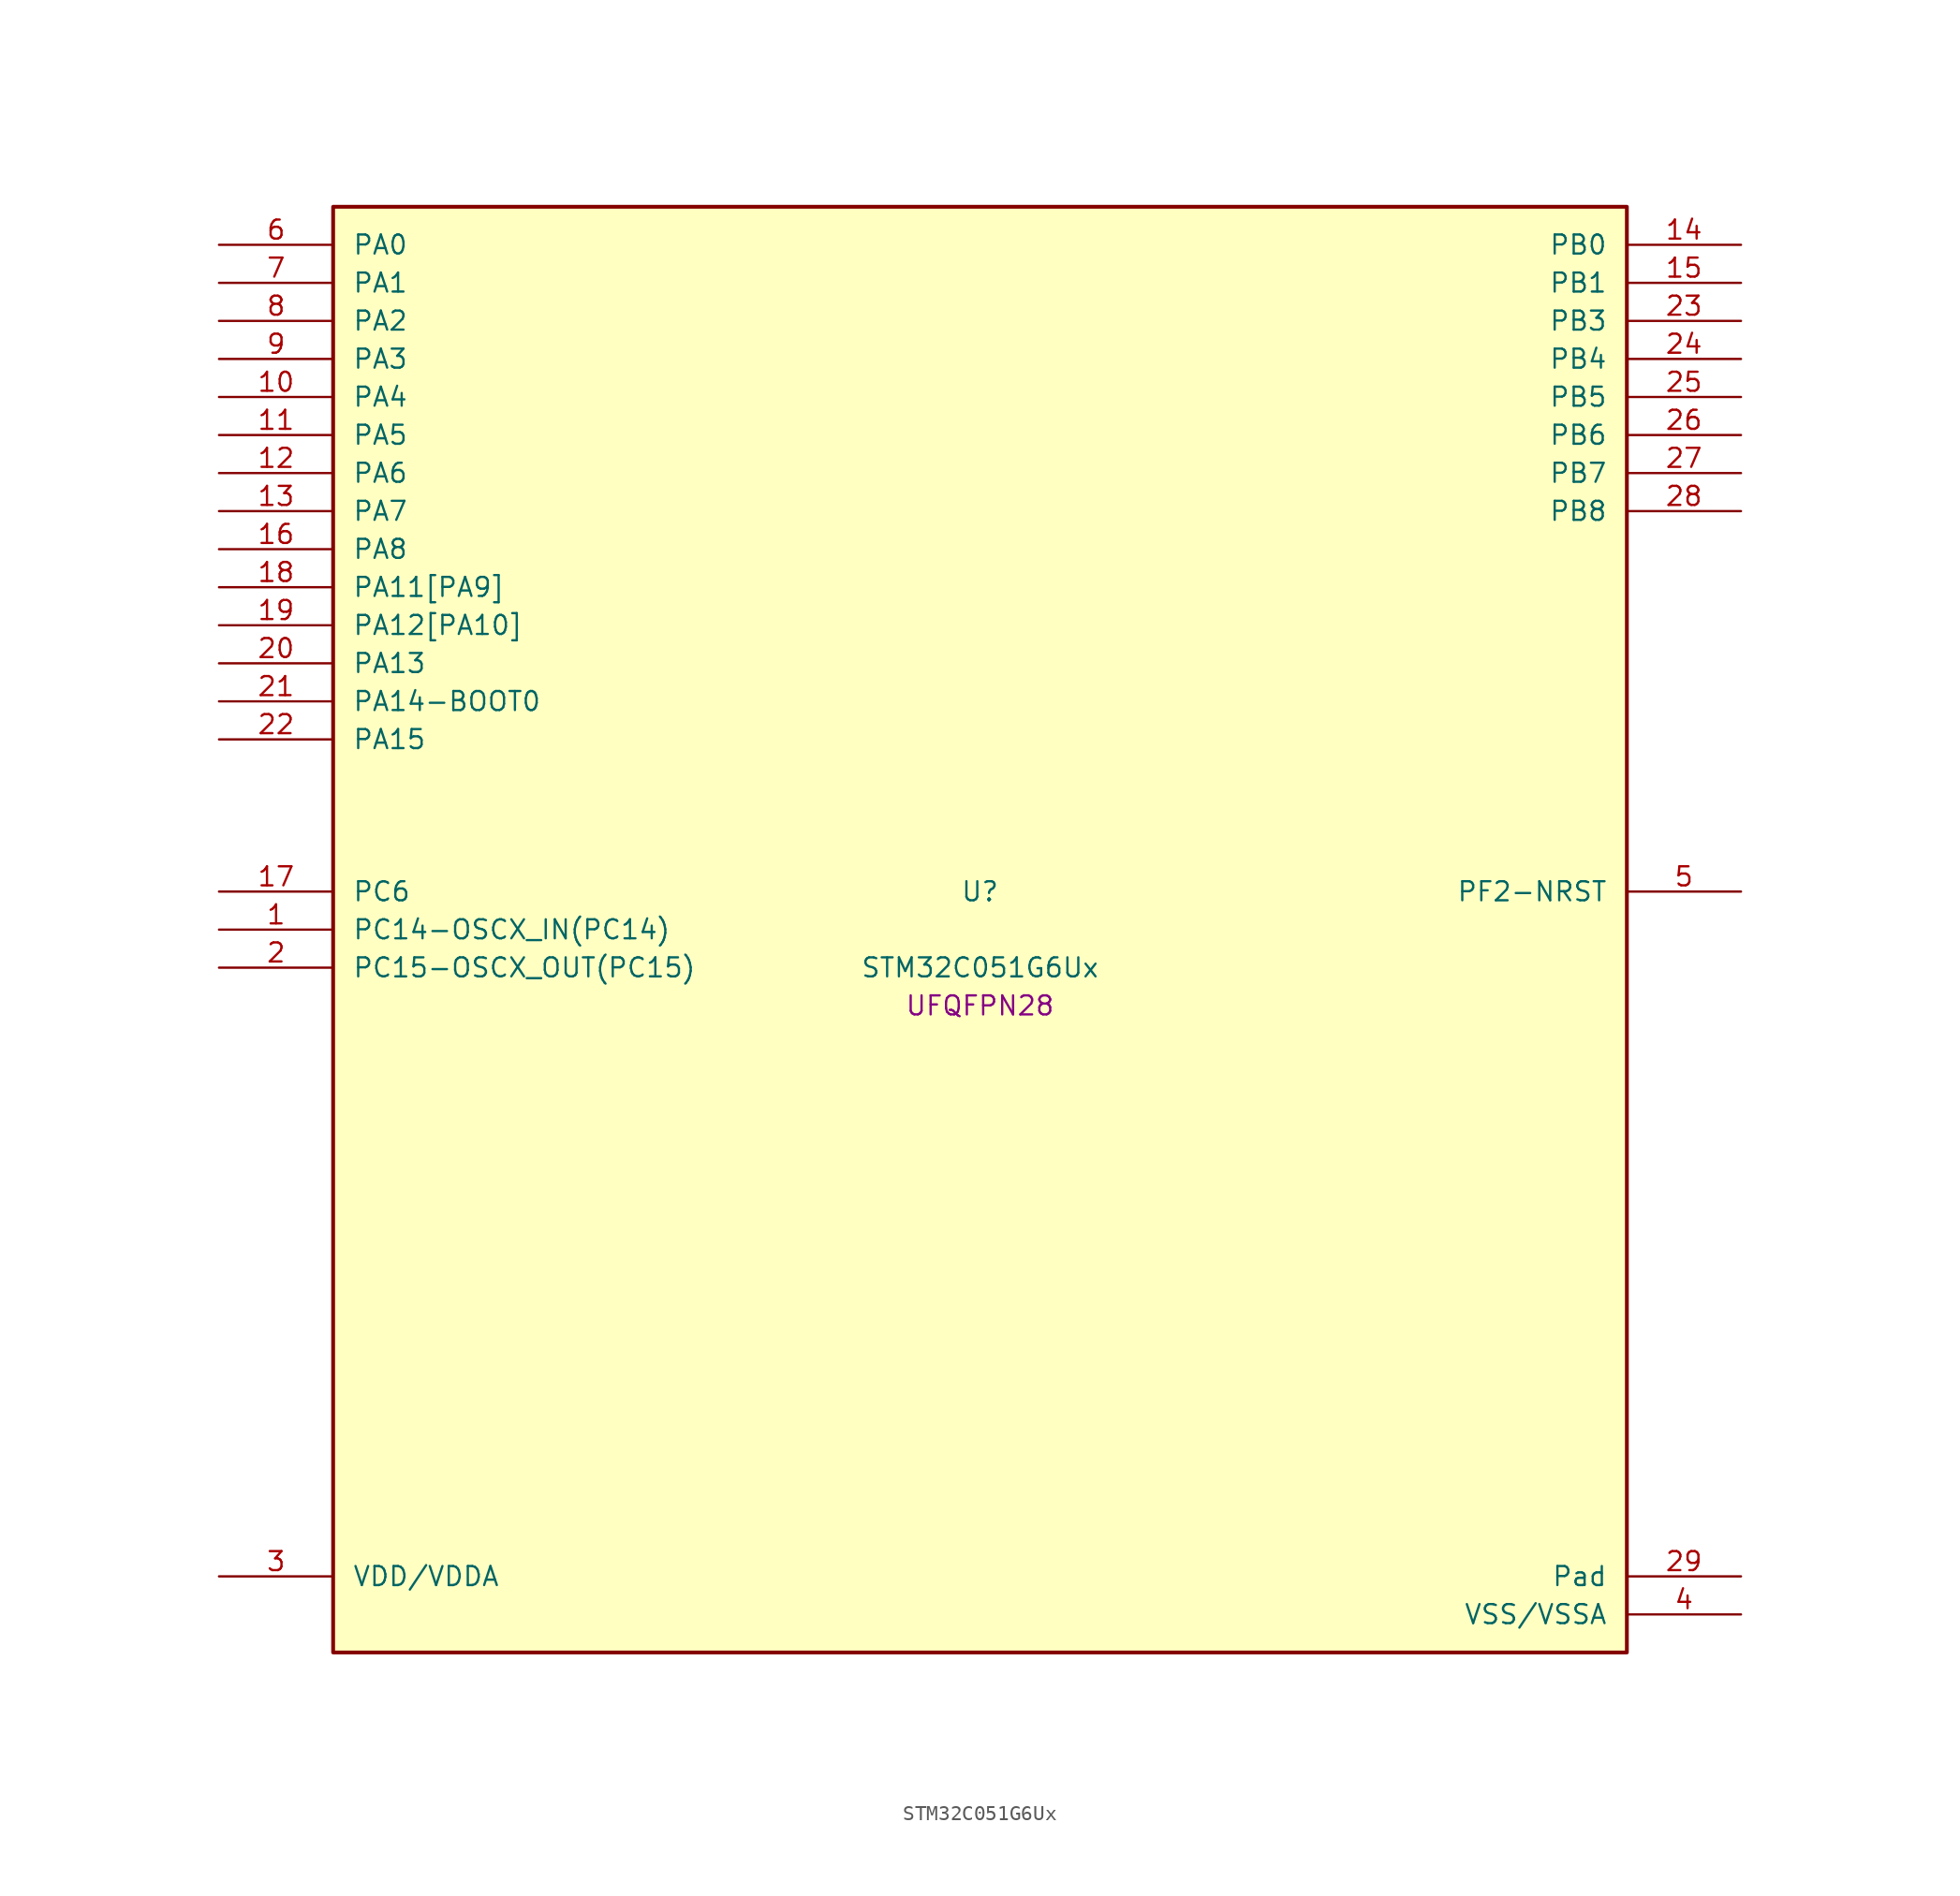
<source format=kicad_sym>
(kicad_symbol_lib
  (version 20241209)
  (generator "stm32_pkl_generator")
  (generator_version "1.0")
  (symbol "STM32C051G6Ux"
    (pin_names
      (offset 1.27))
    (property "Reference" "U"
      (at 0 2.54 0))
    (property "Value" "STM32C051G6Ux"
      (at 0 -2.54 0))
    (property "Footprint" "UFQFPN28"
      (at 0 -5.08 0))
    (symbol "STM32C051G6Ux_1_1"
      (rectangle (start -43.18 48.26) (end 43.18 -48.26) (stroke (width 0.254) (type solid)) (fill (type background)))
      (pin bidirectional line (at -50.8 45.72 0) (length 7.62) (name "PA0") (number "6") (alternate "PA0/ADC1_IN0" bidirectional line) (alternate "PA0/PWR_WKUP1" bidirectional line) (alternate "PA0/SPI2_SCK" bidirectional line) (alternate "PA0/TIM16_CH1" bidirectional line) (alternate "PA0/TIM1_CH1" bidirectional line) (alternate "PA0/TIM2_CH1" bidirectional line) (alternate "PA0/TIM2_ETR" bidirectional line) (alternate "PA0/USART1_TX" bidirectional line) (alternate "PA0/USART2_CTS" bidirectional line) (alternate "PA0/USART2_NSS" bidirectional line))
      (pin bidirectional line (at -50.8 43.18 0) (length 7.62) (name "PA1") (number "7") (alternate "PA1/ADC1_IN1" bidirectional line) (alternate "PA1/I2C1_SMBA" bidirectional line) (alternate "PA1/I2S1_CK" bidirectional line) (alternate "PA1/SPI1_SCK" bidirectional line) (alternate "PA1/TIM17_CH1" bidirectional line) (alternate "PA1/TIM1_CH2" bidirectional line) (alternate "PA1/TIM2_CH2" bidirectional line) (alternate "PA1/USART1_RX" bidirectional line) (alternate "PA1/USART2_CK" bidirectional line) (alternate "PA1/USART2_DE" bidirectional line) (alternate "PA1/USART2_RTS" bidirectional line))
      (pin bidirectional line (at -50.8 40.64 0) (length 7.62) (name "PA2") (number "8") (alternate "PA2/ADC1_IN2" bidirectional line) (alternate "PA2/I2S1_SD" bidirectional line) (alternate "PA2/PWR_WKUP4" bidirectional line) (alternate "PA2/RCC_LSCO" bidirectional line) (alternate "PA2/SPI1_MOSI" bidirectional line) (alternate "PA2/TIM16_CH1N" bidirectional line) (alternate "PA2/TIM1_CH3" bidirectional line) (alternate "PA2/TIM2_CH3" bidirectional line) (alternate "PA2/TIM3_ETR" bidirectional line) (alternate "PA2/USART2_TX" bidirectional line))
      (pin bidirectional line (at -50.8 38.1 0) (length 7.62) (name "PA3") (number "9") (alternate "PA3/ADC1_IN3" bidirectional line) (alternate "PA3/SPI2_MISO" bidirectional line) (alternate "PA3/TIM1_CH1N" bidirectional line) (alternate "PA3/TIM1_CH4" bidirectional line) (alternate "PA3/TIM2_CH4" bidirectional line) (alternate "PA3/USART2_RX" bidirectional line))
      (pin bidirectional line (at -50.8 35.56 0) (length 7.62) (name "PA4") (number "10") (alternate "PA4/ADC1_IN4" bidirectional line) (alternate "PA4/I2S1_WS" bidirectional line) (alternate "PA4/PWR_WKUP2" bidirectional line) (alternate "PA4/RTC_OUT1" bidirectional line) (alternate "PA4/RTC_TS" bidirectional line) (alternate "PA4/SPI1_NSS" bidirectional line) (alternate "PA4/SPI2_MOSI" bidirectional line) (alternate "PA4/TIM14_CH1" bidirectional line) (alternate "PA4/TIM17_CH1N" bidirectional line) (alternate "PA4/TIM1_CH2N" bidirectional line) (alternate "PA4/USART2_TX" bidirectional line))
      (pin bidirectional line (at -50.8 33.02 0) (length 7.62) (name "PA5") (number "11") (alternate "PA5/ADC1_IN5" bidirectional line) (alternate "PA5/I2S1_CK" bidirectional line) (alternate "PA5/SPI1_SCK" bidirectional line) (alternate "PA5/TIM1_CH1" bidirectional line) (alternate "PA5/TIM1_CH3N" bidirectional line) (alternate "PA5/TIM2_CH1" bidirectional line) (alternate "PA5/TIM2_ETR" bidirectional line) (alternate "PA5/USART2_RX" bidirectional line))
      (pin bidirectional line (at -50.8 30.48 0) (length 7.62) (name "PA6") (number "12") (alternate "PA6/ADC1_IN6" bidirectional line) (alternate "PA6/I2C2_SDA" bidirectional line) (alternate "PA6/I2S1_MCK" bidirectional line) (alternate "PA6/SPI1_MISO" bidirectional line) (alternate "PA6/TIM16_CH1" bidirectional line) (alternate "PA6/TIM1_BKIN" bidirectional line) (alternate "PA6/TIM3_CH1" bidirectional line) (alternate "PA6/USART1_TX" bidirectional line))
      (pin bidirectional line (at -50.8 27.94 0) (length 7.62) (name "PA7") (number "13") (alternate "PA7/ADC1_IN7" bidirectional line) (alternate "PA7/I2C2_SCL" bidirectional line) (alternate "PA7/I2S1_SD" bidirectional line) (alternate "PA7/SPI1_MOSI" bidirectional line) (alternate "PA7/TIM14_CH1" bidirectional line) (alternate "PA7/TIM17_CH1" bidirectional line) (alternate "PA7/TIM1_CH1N" bidirectional line) (alternate "PA7/TIM3_CH2" bidirectional line) (alternate "PA7/USART1_RX" bidirectional line))
      (pin bidirectional line (at -50.8 25.4 0) (length 7.62) (name "PA8") (number "16") (alternate "PA8/ADC1_IN8" bidirectional line) (alternate "PA8/I2S1_WS" bidirectional line) (alternate "PA8/RCC_MCO" bidirectional line) (alternate "PA8/RCC_MCO_2" bidirectional line) (alternate "PA8/SPI1_NSS" bidirectional line) (alternate "PA8/SPI2_MISO" bidirectional line) (alternate "PA8/SPI2_NSS" bidirectional line) (alternate "PA8/TIM14_CH1" bidirectional line) (alternate "PA8/TIM1_CH1" bidirectional line) (alternate "PA8/TIM1_CH2N" bidirectional line) (alternate "PA8/TIM1_CH3N" bidirectional line) (alternate "PA8/TIM3_CH3" bidirectional line) (alternate "PA8/TIM3_CH4" bidirectional line) (alternate "PA8/USART1_RX" bidirectional line) (alternate "PA8/USART2_TX" bidirectional line))
      (pin bidirectional line (at -50.8 22.86 0) (length 7.62) (name "PA11[PA9]") (number "18") (alternate "PA11[PA9]/ADC1_EXTI11" bidirectional line) (alternate "PA11[PA9]/ADC1_IN11" bidirectional line) (alternate "PA11[PA9]/I2C2_SCL" bidirectional line) (alternate "PA11[PA9]/I2S1_MCK" bidirectional line) (alternate "PA11[PA9]/SPI1_MISO" bidirectional line) (alternate "PA11[PA9]/TIM1_BKIN2" bidirectional line) (alternate "PA11[PA9]/TIM1_CH4" bidirectional line) (alternate "PA11[PA9]/USART1_CTS" bidirectional line) (alternate "PA11[PA9]/USART1_NSS" bidirectional line) (alternate "PA11[PA9]/PA9[PA11]" bidirectional line) (alternate "PA11[PA9]/I2C1_SCL" bidirectional line) (alternate "PA11[PA9]/RCC_MCO" bidirectional line) (alternate "PA11[PA9]/SPI2_MISO" bidirectional line) (alternate "PA11[PA9]/TIM1_CH2" bidirectional line) (alternate "PA11[PA9]/TIM3_ETR" bidirectional line) (alternate "PA11[PA9]/USART1_TX" bidirectional line))
      (pin bidirectional line (at -50.8 20.32 0) (length 7.62) (name "PA12[PA10]") (number "19") (alternate "PA12[PA10]/ADC1_IN12" bidirectional line) (alternate "PA12[PA10]/I2C2_SDA" bidirectional line) (alternate "PA12[PA10]/I2S1_SD" bidirectional line) (alternate "PA12[PA10]/I2S_CKIN" bidirectional line) (alternate "PA12[PA10]/SPI1_MOSI" bidirectional line) (alternate "PA12[PA10]/TIM1_ETR" bidirectional line) (alternate "PA12[PA10]/USART1_CK" bidirectional line) (alternate "PA12[PA10]/USART1_DE" bidirectional line) (alternate "PA12[PA10]/USART1_RTS" bidirectional line) (alternate "PA12[PA10]/PA10[PA12]" bidirectional line) (alternate "PA12[PA10]/I2C1_SDA" bidirectional line) (alternate "PA12[PA10]/RCC_MCO_2" bidirectional line) (alternate "PA12[PA10]/SPI2_MOSI" bidirectional line) (alternate "PA12[PA10]/TIM17_BKIN" bidirectional line) (alternate "PA12[PA10]/TIM1_CH3" bidirectional line) (alternate "PA12[PA10]/USART1_RX" bidirectional line))
      (pin bidirectional line (at -50.8 17.78 0) (length 7.62) (name "PA13") (number "20") (alternate "PA13/ADC1_IN13" bidirectional line) (alternate "PA13/DEBUG_SWDIO" bidirectional line) (alternate "PA13/IR_OUT" bidirectional line) (alternate "PA13/TIM3_ETR" bidirectional line) (alternate "PA13/USART2_RX" bidirectional line))
      (pin bidirectional line (at -50.8 15.24 0) (length 7.62) (name "PA14-BOOT0") (number "21") (alternate "PA14-BOOT0/ADC1_IN14" bidirectional line) (alternate "PA14-BOOT0/BOOT0" bidirectional line) (alternate "PA14-BOOT0/DEBUG_SWCLK" bidirectional line) (alternate "PA14-BOOT0/I2S1_WS" bidirectional line) (alternate "PA14-BOOT0/RCC_MCO_2" bidirectional line) (alternate "PA14-BOOT0/SPI1_NSS" bidirectional line) (alternate "PA14-BOOT0/TIM1_CH1" bidirectional line) (alternate "PA14-BOOT0/USART1_CK" bidirectional line) (alternate "PA14-BOOT0/USART1_DE" bidirectional line) (alternate "PA14-BOOT0/USART1_RTS" bidirectional line) (alternate "PA14-BOOT0/USART2_RX" bidirectional line) (alternate "PA14-BOOT0/USART2_TX" bidirectional line))
      (pin bidirectional line (at -50.8 12.7 0) (length 7.62) (name "PA15") (number "22") (alternate "PA15/I2S1_WS" bidirectional line) (alternate "PA15/RCC_MCO_2" bidirectional line) (alternate "PA15/SPI1_NSS" bidirectional line) (alternate "PA15/TIM1_CH1" bidirectional line) (alternate "PA15/TIM2_CH1" bidirectional line) (alternate "PA15/TIM2_ETR" bidirectional line) (alternate "PA15/USART1_CK" bidirectional line) (alternate "PA15/USART1_DE" bidirectional line) (alternate "PA15/USART1_RTS" bidirectional line) (alternate "PA15/USART2_RX" bidirectional line))
      (pin bidirectional line (at 50.8 45.72 180) (length 7.62) (name "PB0") (number "14") (alternate "PB0/ADC1_IN17" bidirectional line) (alternate "PB0/I2S1_WS" bidirectional line) (alternate "PB0/SPI1_NSS" bidirectional line) (alternate "PB0/TIM1_CH2N" bidirectional line) (alternate "PB0/TIM3_CH3" bidirectional line))
      (pin bidirectional line (at 50.8 43.18 180) (length 7.62) (name "PB1") (number "15") (alternate "PB1/ADC1_IN18" bidirectional line) (alternate "PB1/TIM14_CH1" bidirectional line) (alternate "PB1/TIM1_CH2N" bidirectional line) (alternate "PB1/TIM1_CH3N" bidirectional line) (alternate "PB1/TIM3_CH4" bidirectional line))
      (pin bidirectional line (at 50.8 40.64 180) (length 7.62) (name "PB3") (number "23") (alternate "PB3/I2C2_SCL" bidirectional line) (alternate "PB3/I2S1_CK" bidirectional line) (alternate "PB3/SPI1_SCK" bidirectional line) (alternate "PB3/TIM1_CH2" bidirectional line) (alternate "PB3/TIM2_CH2" bidirectional line) (alternate "PB3/TIM3_CH2" bidirectional line) (alternate "PB3/USART1_CK" bidirectional line) (alternate "PB3/USART1_DE" bidirectional line) (alternate "PB3/USART1_RTS" bidirectional line))
      (pin bidirectional line (at 50.8 38.1 180) (length 7.62) (name "PB4") (number "24") (alternate "PB4/I2C2_SDA" bidirectional line) (alternate "PB4/I2S1_MCK" bidirectional line) (alternate "PB4/SPI1_MISO" bidirectional line) (alternate "PB4/TIM17_BKIN" bidirectional line) (alternate "PB4/TIM3_CH1" bidirectional line) (alternate "PB4/USART1_CTS" bidirectional line) (alternate "PB4/USART1_NSS" bidirectional line))
      (pin bidirectional line (at 50.8 35.56 180) (length 7.62) (name "PB5") (number "25") (alternate "PB5/I2C1_SMBA" bidirectional line) (alternate "PB5/I2S1_SD" bidirectional line) (alternate "PB5/PWR_WKUP6" bidirectional line) (alternate "PB5/SPI1_MOSI" bidirectional line) (alternate "PB5/TIM16_BKIN" bidirectional line) (alternate "PB5/TIM3_CH2" bidirectional line) (alternate "PB5/TIM3_CH3" bidirectional line))
      (pin bidirectional line (at 50.8 33.02 180) (length 7.62) (name "PB6") (number "26") (alternate "PB6/I2C1_SCL" bidirectional line) (alternate "PB6/I2C1_SMBA" bidirectional line) (alternate "PB6/I2S1_CK" bidirectional line) (alternate "PB6/I2S1_MCK" bidirectional line) (alternate "PB6/I2S1_SD" bidirectional line) (alternate "PB6/PWR_WKUP3" bidirectional line) (alternate "PB6/SPI1_MISO" bidirectional line) (alternate "PB6/SPI1_MOSI" bidirectional line) (alternate "PB6/SPI1_SCK" bidirectional line) (alternate "PB6/SPI2_MISO" bidirectional line) (alternate "PB6/TIM16_BKIN" bidirectional line) (alternate "PB6/TIM16_CH1N" bidirectional line) (alternate "PB6/TIM17_BKIN" bidirectional line) (alternate "PB6/TIM1_CH2" bidirectional line) (alternate "PB6/TIM1_CH3" bidirectional line) (alternate "PB6/TIM3_CH1" bidirectional line) (alternate "PB6/TIM3_CH2" bidirectional line) (alternate "PB6/TIM3_CH3" bidirectional line) (alternate "PB6/USART1_CTS" bidirectional line) (alternate "PB6/USART1_NSS" bidirectional line) (alternate "PB6/USART1_TX" bidirectional line))
      (pin bidirectional line (at 50.8 30.48 180) (length 7.62) (name "PB7") (number "27") (alternate "PB7/I2C1_SCL" bidirectional line) (alternate "PB7/I2C1_SDA" bidirectional line) (alternate "PB7/RTC_REFIN" bidirectional line) (alternate "PB7/SPI2_MOSI" bidirectional line) (alternate "PB7/TIM16_CH1" bidirectional line) (alternate "PB7/TIM17_CH1N" bidirectional line) (alternate "PB7/TIM1_CH1" bidirectional line) (alternate "PB7/TIM1_CH4" bidirectional line) (alternate "PB7/TIM3_CH1" bidirectional line) (alternate "PB7/TIM3_CH4" bidirectional line) (alternate "PB7/USART1_RX" bidirectional line) (alternate "PB7/USART2_CTS" bidirectional line) (alternate "PB7/USART2_NSS" bidirectional line))
      (pin bidirectional line (at 50.8 27.94 180) (length 7.62) (name "PB8") (number "28") (alternate "PB8/I2C1_SCL" bidirectional line) (alternate "PB8/SPI2_SCK" bidirectional line) (alternate "PB8/TIM16_CH1" bidirectional line) (alternate "PB8/TIM3_CH1" bidirectional line) (alternate "PB8/USART2_CTS" bidirectional line) (alternate "PB8/USART2_NSS" bidirectional line))
      (pin bidirectional line (at -50.8 2.54 0) (length 7.62) (name "PC6") (number "17") (alternate "PC6/TIM2_CH3" bidirectional line) (alternate "PC6/TIM3_CH1" bidirectional line))
      (pin bidirectional line (at -50.8 0 0) (length 7.62) (name "PC14-OSCX_IN(PC14)") (number "1") (alternate "PC14-OSCX_IN(PC14)/I2C1_SDA" bidirectional line) (alternate "PC14-OSCX_IN(PC14)/IR_OUT" bidirectional line) (alternate "PC14-OSCX_IN(PC14)/RCC_OSCX_IN" bidirectional line) (alternate "PC14-OSCX_IN(PC14)/SPI2_NSS" bidirectional line) (alternate "PC14-OSCX_IN(PC14)/TIM17_CH1" bidirectional line) (alternate "PC14-OSCX_IN(PC14)/TIM1_BKIN2" bidirectional line) (alternate "PC14-OSCX_IN(PC14)/TIM1_ETR" bidirectional line) (alternate "PC14-OSCX_IN(PC14)/TIM3_CH2" bidirectional line) (alternate "PC14-OSCX_IN(PC14)/USART1_RX" bidirectional line) (alternate "PC14-OSCX_IN(PC14)/USART1_TX" bidirectional line) (alternate "PC14-OSCX_IN(PC14)/USART2_CK" bidirectional line) (alternate "PC14-OSCX_IN(PC14)/USART2_DE" bidirectional line) (alternate "PC14-OSCX_IN(PC14)/USART2_RTS" bidirectional line))
      (pin bidirectional line (at -50.8 -2.54 0) (length 7.62) (name "PC15-OSCX_OUT(PC15)") (number "2") (alternate "PC15-OSCX_OUT(PC15)/RCC_OSC32_EN" bidirectional line) (alternate "PC15-OSCX_OUT(PC15)/RCC_OSCX_OUT" bidirectional line) (alternate "PC15-OSCX_OUT(PC15)/RCC_OSC_EN" bidirectional line) (alternate "PC15-OSCX_OUT(PC15)/TIM1_CH2" bidirectional line) (alternate "PC15-OSCX_OUT(PC15)/TIM1_ETR" bidirectional line) (alternate "PC15-OSCX_OUT(PC15)/TIM3_CH3" bidirectional line))
      (pin bidirectional line (at 50.8 2.54 180) (length 7.62) (name "PF2-NRST") (number "5") (alternate "PF2-NRST/RCC_MCO" bidirectional line) (alternate "PF2-NRST/TIM1_CH4" bidirectional line))
      (pin power_in line (at -50.8 -43.18 0) (length 7.62) (name "VDD/VDDA") (number "3"))
      (pin passive line (at 50.8 -43.18 180) (length 7.62) (name "Pad") (number "29"))
      (pin power_in line (at 50.8 -45.72 180) (length 7.62) (name "VSS/VSSA") (number "4")))))
</source>
